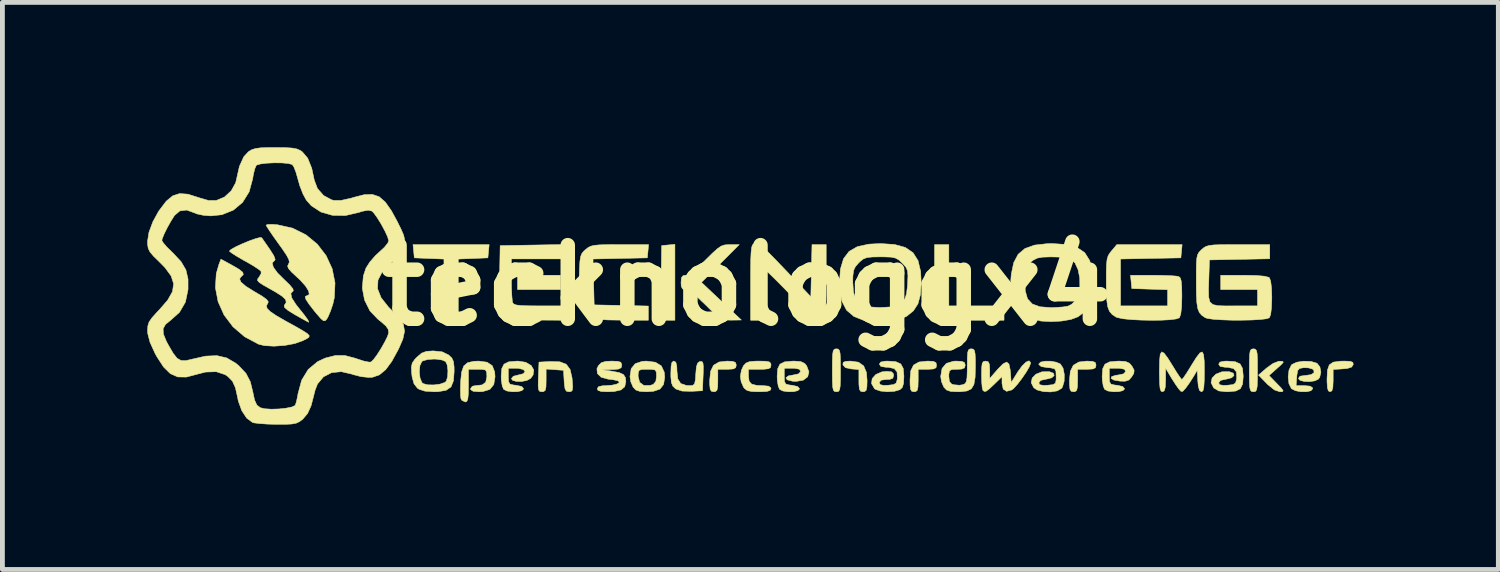
<source format=kicad_pcb>
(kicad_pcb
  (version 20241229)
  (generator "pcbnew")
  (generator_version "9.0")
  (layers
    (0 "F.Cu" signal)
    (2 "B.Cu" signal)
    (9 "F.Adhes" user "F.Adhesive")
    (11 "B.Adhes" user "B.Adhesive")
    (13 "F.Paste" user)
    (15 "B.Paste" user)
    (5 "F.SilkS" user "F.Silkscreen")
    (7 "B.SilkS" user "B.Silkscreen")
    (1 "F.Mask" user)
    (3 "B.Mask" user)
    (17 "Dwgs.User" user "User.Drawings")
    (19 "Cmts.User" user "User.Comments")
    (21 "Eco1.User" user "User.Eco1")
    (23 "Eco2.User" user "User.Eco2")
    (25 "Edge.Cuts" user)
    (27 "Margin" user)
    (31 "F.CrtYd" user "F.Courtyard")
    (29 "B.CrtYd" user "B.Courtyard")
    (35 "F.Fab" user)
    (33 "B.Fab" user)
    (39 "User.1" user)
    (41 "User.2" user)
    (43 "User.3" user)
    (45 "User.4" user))
  (footprint "tecknologgx4"
    (layer "F.Cu")
    (at 12.409 2.862)
    (property "Reference" "tecknologgx4" (at 0 0 0) (layer "F.SilkS") (effects (font (size 1.524 1.524) (thickness 0.3))))
    (attr through_hole)
    (fp_poly (pts (xy -3.852 0.085) (xy -4.741 0.085) (xy -4.741 -0.212) (xy -3.852 -0.212) (xy -3.852 0.085)) (stroke (width 0.01) (type solid)) (fill yes) (layer "F.SilkS"))
    (fp_poly (pts (xy -1.482 0.72) (xy -1.78 0.72) (xy -1.757 -0.826) (xy -1.619 -0.839) (xy -1.482 -0.852) (xy -1.482 0.72)) (stroke (width 0.01) (type solid)) (fill yes) (layer "F.SilkS"))
    (fp_poly (pts (xy -5.342 -0.709) (xy -5.355 -0.572) (xy -5.662 -0.559) (xy -5.969 -0.547) (xy -5.969 0.72) (xy -6.265 0.72) (xy -6.265 -0.547) (xy -6.572 -0.559) (xy -6.879 -0.572) (xy -6.892 -0.709) (xy -6.906 -0.847) (xy -5.329 -0.847) (xy -5.342 -0.709)) (stroke (width 0.01) (type solid)) (fill yes) (layer "F.SilkS"))
    (fp_poly (pts (xy 4.191 0.423) (xy 5.334 0.423) (xy 5.334 0.72) (xy 4.665 0.72) (xy 4.372 0.717) (xy 4.158 0.708) (xy 4.019 0.694) (xy 3.95 0.673) (xy 3.945 0.669) (xy 3.924 0.614) (xy 3.909 0.493) (xy 3.9 0.301) (xy 3.895 0.032) (xy 3.895 -0.114) (xy 3.895 -0.847) (xy 4.191 -0.847) (xy 4.191 0.423)) (stroke (width 0.01) (type solid)) (fill yes) (layer "F.SilkS"))
    (fp_poly (pts (xy 11.106 1.572) (xy 11.117 1.591) (xy 11.076 1.638) (xy 10.988 1.717) (xy 10.822 1.864) (xy 10.986 2.033) (xy 11.078 2.128) (xy 11.114 2.179) (xy 11.102 2.198) (xy 11.045 2.201) (xy 10.935 2.164) (xy 10.8 2.056) (xy 10.772 2.028) (xy 10.604 1.856) (xy 10.77 1.711) (xy 10.903 1.616) (xy 11.02 1.57) (xy 11.045 1.568) (xy 11.106 1.572)) (stroke (width 0.01) (type solid)) (fill yes) (layer "F.SilkS"))
    (fp_poly (pts (xy 2.32 1.589) (xy 2.427 1.665) (xy 2.484 1.8) (xy 2.498 1.968) (xy 2.494 2.103) (xy 2.478 2.173) (xy 2.443 2.199) (xy 2.413 2.201) (xy 2.364 2.191) (xy 2.338 2.147) (xy 2.329 2.049) (xy 2.328 1.971) (xy 2.328 1.741) (xy 2.17 1.728) (xy 2.049 1.702) (xy 1.999 1.646) (xy 1.997 1.64) (xy 2.003 1.592) (xy 2.058 1.571) (xy 2.156 1.566) (xy 2.32 1.589)) (stroke (width 0.01) (type solid)) (fill yes) (layer "F.SilkS"))
    (fp_poly (pts (xy 12.503 1.571) (xy 12.558 1.592) (xy 12.566 1.635) (xy 12.565 1.64) (xy 12.532 1.69) (xy 12.445 1.718) (xy 12.35 1.727) (xy 12.15 1.74) (xy 12.15 1.971) (xy 12.144 2.11) (xy 12.124 2.182) (xy 12.086 2.201) (xy 12.05 2.183) (xy 12.031 2.117) (xy 12.023 1.988) (xy 12.023 1.928) (xy 12.032 1.752) (xy 12.07 1.644) (xy 12.152 1.588) (xy 12.295 1.568) (xy 12.383 1.566) (xy 12.503 1.571)) (stroke (width 0.01) (type solid)) (fill yes) (layer "F.SilkS"))
    (fp_poly (pts (xy -0.283 1.572) (xy -0.227 1.595) (xy -0.212 1.645) (xy -0.212 1.651) (xy -0.224 1.704) (xy -0.276 1.729) (xy -0.388 1.736) (xy -0.402 1.736) (xy -0.593 1.736) (xy -0.593 1.968) (xy -0.596 2.103) (xy -0.612 2.173) (xy -0.648 2.199) (xy -0.677 2.201) (xy -0.726 2.191) (xy -0.752 2.148) (xy -0.761 2.05) (xy -0.762 1.968) (xy -0.743 1.777) (xy -0.682 1.652) (xy -0.568 1.585) (xy -0.402 1.566) (xy -0.283 1.572)) (stroke (width 0.01) (type solid)) (fill yes) (layer "F.SilkS"))
    (fp_poly (pts (xy 3.871 1.572) (xy 3.924 1.598) (xy 3.937 1.651) (xy 3.925 1.704) (xy 3.873 1.729) (xy 3.76 1.736) (xy 3.747 1.736) (xy 3.556 1.736) (xy 3.556 1.968) (xy 3.552 2.103) (xy 3.536 2.173) (xy 3.501 2.199) (xy 3.471 2.201) (xy 3.424 2.192) (xy 3.398 2.151) (xy 3.388 2.059) (xy 3.387 1.95) (xy 3.403 1.765) (xy 3.461 1.647) (xy 3.572 1.585) (xy 3.747 1.566) (xy 3.756 1.566) (xy 3.871 1.572)) (stroke (width 0.01) (type solid)) (fill yes) (layer "F.SilkS"))
    (fp_poly (pts (xy 7.168 1.572) (xy 7.224 1.595) (xy 7.239 1.645) (xy 7.239 1.651) (xy 7.227 1.704) (xy 7.175 1.729) (xy 7.062 1.736) (xy 7.048 1.736) (xy 6.858 1.736) (xy 6.858 1.968) (xy 6.854 2.103) (xy 6.838 2.173) (xy 6.803 2.199) (xy 6.773 2.201) (xy 6.724 2.191) (xy 6.699 2.148) (xy 6.69 2.05) (xy 6.689 1.968) (xy 6.707 1.777) (xy 6.769 1.652) (xy 6.883 1.585) (xy 7.048 1.566) (xy 7.168 1.572)) (stroke (width 0.01) (type solid)) (fill yes) (layer "F.SilkS"))
    (fp_poly (pts (xy 1.9 1.318) (xy 1.925 1.345) (xy 1.939 1.407) (xy 1.946 1.521) (xy 1.947 1.701) (xy 1.947 1.757) (xy 1.946 1.955) (xy 1.941 2.084) (xy 1.929 2.158) (xy 1.908 2.192) (xy 1.873 2.201) (xy 1.863 2.201) (xy 1.825 2.196) (xy 1.8 2.169) (xy 1.786 2.106) (xy 1.78 1.992) (xy 1.778 1.813) (xy 1.778 1.757) (xy 1.779 1.559) (xy 1.784 1.43) (xy 1.796 1.356) (xy 1.818 1.322) (xy 1.852 1.313) (xy 1.863 1.312) (xy 1.9 1.318)) (stroke (width 0.01) (type solid)) (fill yes) (layer "F.SilkS"))
    (fp_poly (pts (xy 10.536 1.318) (xy 10.561 1.345) (xy 10.575 1.407) (xy 10.582 1.521) (xy 10.583 1.701) (xy 10.583 1.757) (xy 10.582 1.955) (xy 10.577 2.084) (xy 10.565 2.158) (xy 10.544 2.192) (xy 10.509 2.201) (xy 10.499 2.201) (xy 10.461 2.196) (xy 10.436 2.169) (xy 10.422 2.106) (xy 10.416 1.992) (xy 10.414 1.813) (xy 10.414 1.757) (xy 10.415 1.559) (xy 10.42 1.43) (xy 10.432 1.356) (xy 10.454 1.322) (xy 10.488 1.313) (xy 10.499 1.312) (xy 10.536 1.318)) (stroke (width 0.01) (type solid)) (fill yes) (layer "F.SilkS"))
    (fp_poly (pts (xy -3.864 1.581) (xy -3.732 1.632) (xy -3.653 1.738) (xy -3.613 1.91) (xy -3.608 1.961) (xy -3.599 2.097) (xy -3.606 2.169) (xy -3.634 2.197) (xy -3.676 2.201) (xy -3.728 2.19) (xy -3.757 2.143) (xy -3.772 2.04) (xy -3.776 1.979) (xy -3.789 1.757) (xy -3.969 1.744) (xy -4.149 1.731) (xy -4.149 1.966) (xy -4.152 2.101) (xy -4.168 2.172) (xy -4.202 2.198) (xy -4.235 2.201) (xy -4.28 2.195) (xy -4.304 2.163) (xy -4.313 2.089) (xy -4.312 1.954) (xy -4.309 1.894) (xy -4.297 1.587) (xy -4.06 1.575) (xy -3.864 1.581)) (stroke (width 0.01) (type solid)) (fill yes) (layer "F.SilkS"))
    (fp_poly (pts (xy -3.725 -0.55) (xy -4.868 -0.55) (xy -4.868 -0.13) (xy -4.866 0.056) (xy -4.859 0.215) (xy -4.849 0.324) (xy -4.843 0.356) (xy -4.82 0.384) (xy -4.767 0.404) (xy -4.672 0.415) (xy -4.52 0.421) (xy -4.299 0.423) (xy -4.271 0.423) (xy -3.725 0.423) (xy -3.725 0.72) (xy -4.265 0.717) (xy -4.477 0.713) (xy -4.665 0.705) (xy -4.808 0.694) (xy -4.887 0.681) (xy -4.889 0.68) (xy -4.975 0.639) (xy -5.036 0.588) (xy -5.078 0.515) (xy -5.102 0.405) (xy -5.114 0.245) (xy -5.116 0.024) (xy -5.113 -0.174) (xy -5.101 -0.826) (xy -4.413 -0.837) (xy -3.725 -0.849) (xy -3.725 -0.55)) (stroke (width 0.01) (type solid)) (fill yes) (layer "F.SilkS"))
    (fp_poly (pts (xy -0.54 -0.455) (xy -0.932 -0.064) (xy -0.519 0.326) (xy -0.106 0.715) (xy -0.319 0.718) (xy -0.415 0.716) (xy -0.491 0.703) (xy -0.562 0.667) (xy -0.648 0.597) (xy -0.766 0.483) (xy -0.847 0.402) (xy -1.029 0.229) (xy -1.165 0.123) (xy -1.255 0.085) (xy -1.258 0.085) (xy -1.324 0.072) (xy -1.351 0.016) (xy -1.355 -0.064) (xy -1.346 -0.164) (xy -1.31 -0.205) (xy -1.258 -0.212) (xy -1.172 -0.246) (xy -1.038 -0.348) (xy -0.859 -0.517) (xy -0.847 -0.529) (xy -0.703 -0.671) (xy -0.601 -0.763) (xy -0.523 -0.816) (xy -0.452 -0.84) (xy -0.369 -0.846) (xy -0.34 -0.847) (xy -0.149 -0.847) (xy -0.54 -0.455)) (stroke (width 0.01) (type solid)) (fill yes) (layer "F.SilkS"))
    (fp_poly (pts (xy -2.04 -0.709) (xy -2.053 -0.572) (xy -2.615 -0.56) (xy -3.178 -0.548) (xy -3.166 -0.073) (xy -3.154 0.402) (xy -2.032 0.426) (xy -2.032 0.72) (xy -2.593 0.718) (xy -2.864 0.714) (xy -3.06 0.702) (xy -3.193 0.681) (xy -3.264 0.656) (xy -3.35 0.593) (xy -3.41 0.503) (xy -3.447 0.373) (xy -3.465 0.189) (xy -3.467 -0.061) (xy -3.464 -0.149) (xy -3.458 -0.36) (xy -3.449 -0.505) (xy -3.434 -0.6) (xy -3.409 -0.662) (xy -3.371 -0.709) (xy -3.331 -0.745) (xy -3.28 -0.785) (xy -3.225 -0.813) (xy -3.152 -0.831) (xy -3.043 -0.841) (xy -2.884 -0.846) (xy -2.659 -0.847) (xy -2.62 -0.847) (xy -2.027 -0.847) (xy -2.04 -0.709)) (stroke (width 0.01) (type solid)) (fill yes) (layer "F.SilkS"))
    (fp_poly (pts (xy -1.463 1.589) (xy -1.443 1.668) (xy -1.439 1.777) (xy -1.422 1.936) (xy -1.362 2.03) (xy -1.247 2.07) (xy -1.169 2.074) (xy -1.109 2.068) (xy -1.075 2.035) (xy -1.058 1.956) (xy -1.05 1.831) (xy -1.037 1.687) (xy -1.013 1.609) (xy -0.971 1.576) (xy -0.961 1.574) (xy -0.922 1.575) (xy -0.901 1.606) (xy -0.893 1.686) (xy -0.896 1.829) (xy -0.898 1.87) (xy -0.91 2.18) (xy -1.143 2.192) (xy -1.333 2.187) (xy -1.459 2.145) (xy -1.471 2.137) (xy -1.526 2.084) (xy -1.555 2.01) (xy -1.566 1.888) (xy -1.566 1.818) (xy -1.561 1.671) (xy -1.544 1.593) (xy -1.51 1.567) (xy -1.503 1.566) (xy -1.463 1.589)) (stroke (width 0.01) (type solid)) (fill yes) (layer "F.SilkS"))
    (fp_poly (pts (xy 0.397 1.569) (xy 0.473 1.583) (xy 0.504 1.614) (xy 0.508 1.651) (xy 0.498 1.7) (xy 0.454 1.725) (xy 0.357 1.735) (xy 0.275 1.736) (xy 0.042 1.736) (xy 0.042 1.879) (xy 0.055 1.983) (xy 0.106 2.042) (xy 0.21 2.069) (xy 0.342 2.074) (xy 0.459 2.085) (xy 0.506 2.121) (xy 0.508 2.138) (xy 0.488 2.175) (xy 0.419 2.195) (xy 0.283 2.201) (xy 0.256 2.201) (xy 0.107 2.196) (xy 0.016 2.176) (xy -0.042 2.132) (xy -0.061 2.107) (xy -0.11 1.994) (xy -0.127 1.884) (xy -0.105 1.756) (xy -0.061 1.66) (xy -0.009 1.606) (xy 0.065 1.577) (xy 0.189 1.567) (xy 0.256 1.566) (xy 0.397 1.569)) (stroke (width 0.01) (type solid)) (fill yes) (layer "F.SilkS"))
    (fp_poly (pts (xy -1.885 1.59) (xy -1.763 1.665) (xy -1.703 1.794) (xy -1.693 1.898) (xy -1.716 2.049) (xy -1.791 2.145) (xy -1.928 2.192) (xy -2.065 2.201) (xy -2.205 2.194) (xy -2.291 2.165) (xy -2.347 2.107) (xy -2.396 1.994) (xy -2.413 1.884) (xy -2.412 1.88) (xy -2.244 1.88) (xy -2.213 2.005) (xy -2.127 2.069) (xy -1.995 2.069) (xy -1.93 2.049) (xy -1.877 1.985) (xy -1.863 1.879) (xy -1.867 1.791) (xy -1.895 1.749) (xy -1.971 1.737) (xy -2.053 1.736) (xy -2.17 1.739) (xy -2.226 1.76) (xy -2.242 1.817) (xy -2.244 1.88) (xy -2.412 1.88) (xy -2.387 1.721) (xy -2.303 1.619) (xy -2.158 1.571) (xy -2.072 1.566) (xy -1.885 1.59)) (stroke (width 0.01) (type solid)) (fill yes) (layer "F.SilkS"))
    (fp_poly (pts (xy -5.372 1.589) (xy -5.264 1.661) (xy -5.214 1.792) (xy -5.207 1.891) (xy -5.233 2.052) (xy -5.315 2.152) (xy -5.46 2.197) (xy -5.538 2.201) (xy -5.659 2.192) (xy -5.71 2.159) (xy -5.715 2.138) (xy -5.678 2.087) (xy -5.613 2.074) (xy -5.474 2.059) (xy -5.401 2.004) (xy -5.377 1.898) (xy -5.376 1.879) (xy -5.381 1.791) (xy -5.409 1.749) (xy -5.484 1.737) (xy -5.567 1.736) (xy -5.757 1.736) (xy -5.757 2.074) (xy -5.76 2.247) (xy -5.771 2.351) (xy -5.792 2.401) (xy -5.822 2.413) (xy -5.893 2.379) (xy -5.912 2.349) (xy -5.922 2.276) (xy -5.924 2.147) (xy -5.919 1.989) (xy -5.919 1.984) (xy -5.899 1.791) (xy -5.855 1.667) (xy -5.774 1.598) (xy -5.645 1.57) (xy -5.544 1.566) (xy -5.372 1.589)) (stroke (width 0.01) (type solid)) (fill yes) (layer "F.SilkS"))
    (fp_poly (pts (xy -4.571 1.591) (xy -4.459 1.657) (xy -4.405 1.749) (xy -4.419 1.854) (xy -4.469 1.923) (xy -4.548 1.967) (xy -4.656 1.988) (xy -4.765 1.987) (xy -4.845 1.964) (xy -4.868 1.929) (xy -4.829 1.88) (xy -4.731 1.855) (xy -4.621 1.827) (xy -4.586 1.783) (xy -4.621 1.741) (xy -4.723 1.716) (xy -4.763 1.714) (xy -4.932 1.714) (xy -4.932 1.884) (xy -4.927 1.993) (xy -4.897 2.043) (xy -4.819 2.062) (xy -4.773 2.066) (xy -4.655 2.092) (xy -4.614 2.14) (xy -4.614 2.14) (xy -4.651 2.178) (xy -4.741 2.199) (xy -4.854 2.201) (xy -4.961 2.185) (xy -5.029 2.151) (xy -5.058 2.081) (xy -5.077 1.961) (xy -5.08 1.877) (xy -5.068 1.723) (xy -5.021 1.629) (xy -4.923 1.581) (xy -4.761 1.567) (xy -4.73 1.566) (xy -4.571 1.591)) (stroke (width 0.01) (type solid)) (fill yes) (layer "F.SilkS"))
    (fp_poly (pts (xy -2.666 1.571) (xy -2.603 1.59) (xy -2.583 1.633) (xy -2.582 1.651) (xy -2.595 1.703) (xy -2.646 1.73) (xy -2.758 1.741) (xy -2.783 1.741) (xy -2.985 1.747) (xy -2.794 1.774) (xy -2.636 1.804) (xy -2.546 1.845) (xy -2.505 1.911) (xy -2.498 1.991) (xy -2.521 2.097) (xy -2.599 2.163) (xy -2.741 2.196) (xy -2.876 2.201) (xy -3.01 2.195) (xy -3.076 2.172) (xy -3.09 2.138) (xy -3.064 2.095) (xy -2.975 2.076) (xy -2.91 2.074) (xy -2.78 2.064) (xy -2.683 2.041) (xy -2.634 2.011) (xy -2.65 1.98) (xy -2.668 1.972) (xy -2.752 1.954) (xy -2.87 1.939) (xy -2.874 1.938) (xy -3.01 1.9) (xy -3.088 1.824) (xy -3.097 1.724) (xy -3.066 1.66) (xy -3.006 1.6) (xy -2.914 1.572) (xy -2.792 1.566) (xy -2.666 1.571)) (stroke (width 0.01) (type solid)) (fill yes) (layer "F.SilkS"))
    (fp_poly (pts (xy 1.124 1.576) (xy 1.205 1.614) (xy 1.246 1.663) (xy 1.294 1.789) (xy 1.268 1.891) (xy 1.176 1.961) (xy 1.028 1.987) (xy 0.95 1.982) (xy 0.844 1.954) (xy 0.817 1.912) (xy 0.867 1.873) (xy 0.96 1.855) (xy 1.08 1.83) (xy 1.122 1.781) (xy 1.122 1.778) (xy 1.094 1.734) (xy 1.001 1.716) (xy 0.953 1.714) (xy 0.783 1.714) (xy 0.783 1.884) (xy 0.788 1.993) (xy 0.818 2.043) (xy 0.896 2.062) (xy 0.942 2.066) (xy 1.06 2.092) (xy 1.101 2.14) (xy 1.101 2.14) (xy 1.064 2.178) (xy 0.974 2.199) (xy 0.861 2.201) (xy 0.754 2.185) (xy 0.686 2.151) (xy 0.657 2.081) (xy 0.638 1.961) (xy 0.635 1.877) (xy 0.647 1.724) (xy 0.693 1.63) (xy 0.789 1.582) (xy 0.95 1.567) (xy 0.991 1.566) (xy 1.124 1.576)) (stroke (width 0.01) (type solid)) (fill yes) (layer "F.SilkS"))
    (fp_poly (pts (xy -10.649 -0.417) (xy -10.504 -0.332) (xy -10.43 -0.271) (xy -10.421 -0.223) (xy -10.456 -0.191) (xy -10.497 -0.138) (xy -10.47 -0.071) (xy -10.369 0.016) (xy -10.193 0.126) (xy -10.182 0.132) (xy -10.026 0.225) (xy -9.936 0.291) (xy -9.903 0.337) (xy -9.912 0.367) (xy -9.941 0.42) (xy -9.928 0.475) (xy -9.865 0.538) (xy -9.744 0.621) (xy -9.556 0.73) (xy -9.541 0.738) (xy -9.327 0.856) (xy -9.18 0.941) (xy -9.091 0.999) (xy -9.054 1.04) (xy -9.062 1.072) (xy -9.106 1.102) (xy -9.181 1.14) (xy -9.187 1.143) (xy -9.355 1.203) (xy -9.565 1.242) (xy -9.784 1.257) (xy -9.981 1.246) (xy -10.102 1.217) (xy -10.393 1.062) (xy -10.634 0.856) (xy -10.819 0.611) (xy -10.942 0.337) (xy -10.998 0.047) (xy -10.98 -0.247) (xy -10.927 -0.431) (xy -10.884 -0.545) (xy -10.649 -0.417)) (stroke (width 0.01) (type solid)) (fill yes) (layer "F.SilkS"))
    (fp_poly (pts (xy -9.711 -1.257) (xy -9.399 -1.187) (xy -9.122 -1.049) (xy -8.888 -0.856) (xy -8.705 -0.618) (xy -8.58 -0.347) (xy -8.521 -0.053) (xy -8.535 0.252) (xy -8.565 0.384) (xy -8.613 0.527) (xy -8.664 0.646) (xy -8.691 0.694) (xy -8.724 0.73) (xy -8.76 0.731) (xy -8.813 0.687) (xy -8.898 0.59) (xy -8.947 0.531) (xy -9.064 0.38) (xy -9.127 0.282) (xy -9.139 0.228) (xy -9.104 0.212) (xy -9.102 0.212) (xy -9.055 0.186) (xy -9.067 0.116) (xy -9.129 0.015) (xy -9.236 -0.106) (xy -9.299 -0.164) (xy -9.42 -0.277) (xy -9.485 -0.351) (xy -9.503 -0.402) (xy -9.484 -0.443) (xy -9.467 -0.482) (xy -9.478 -0.539) (xy -9.524 -0.626) (xy -9.612 -0.757) (xy -9.689 -0.864) (xy -9.797 -1.015) (xy -9.882 -1.14) (xy -9.936 -1.225) (xy -9.948 -1.251) (xy -9.91 -1.264) (xy -9.812 -1.265) (xy -9.711 -1.257)) (stroke (width 0.01) (type solid)) (fill yes) (layer "F.SilkS"))
    (fp_poly (pts (xy 5.883 1.593) (xy 5.884 1.612) (xy 5.859 1.681) (xy 5.796 1.79) (xy 5.71 1.917) (xy 5.618 2.038) (xy 5.537 2.129) (xy 5.495 2.163) (xy 5.387 2.192) (xy 5.317 2.146) (xy 5.292 2.03) (xy 5.292 2.025) (xy 5.292 1.888) (xy 5.131 2.045) (xy 5.028 2.142) (xy 4.965 2.189) (xy 4.926 2.195) (xy 4.897 2.173) (xy 4.882 2.119) (xy 4.872 2.006) (xy 4.868 1.856) (xy 4.868 1.856) (xy 4.871 1.702) (xy 4.881 1.615) (xy 4.906 1.576) (xy 4.949 1.566) (xy 4.953 1.566) (xy 5.007 1.58) (xy 5.032 1.634) (xy 5.038 1.746) (xy 5.038 1.926) (xy 5.203 1.736) (xy 5.314 1.623) (xy 5.389 1.586) (xy 5.436 1.627) (xy 5.462 1.748) (xy 5.469 1.82) (xy 5.482 2.011) (xy 5.619 1.789) (xy 5.708 1.666) (xy 5.789 1.587) (xy 5.852 1.56) (xy 5.883 1.593)) (stroke (width 0.01) (type solid)) (fill yes) (layer "F.SilkS"))
    (fp_poly (pts (xy 6.299 1.568) (xy 6.416 1.589) (xy 6.501 1.626) (xy 6.556 1.711) (xy 6.582 1.842) (xy 6.579 1.984) (xy 6.544 2.103) (xy 6.525 2.131) (xy 6.435 2.183) (xy 6.299 2.205) (xy 6.149 2.198) (xy 6.017 2.163) (xy 5.948 2.116) (xy 5.897 2.014) (xy 5.917 1.916) (xy 5.995 1.837) (xy 6.118 1.788) (xy 6.272 1.785) (xy 6.357 1.817) (xy 6.372 1.865) (xy 6.323 1.911) (xy 6.217 1.939) (xy 6.212 1.939) (xy 6.094 1.965) (xy 6.054 2.015) (xy 6.054 2.016) (xy 6.075 2.056) (xy 6.151 2.069) (xy 6.234 2.066) (xy 6.346 2.054) (xy 6.398 2.024) (xy 6.413 1.952) (xy 6.413 1.884) (xy 6.409 1.777) (xy 6.382 1.727) (xy 6.306 1.707) (xy 6.234 1.701) (xy 6.105 1.68) (xy 6.055 1.637) (xy 6.054 1.627) (xy 6.09 1.588) (xy 6.181 1.568) (xy 6.299 1.568)) (stroke (width 0.01) (type solid)) (fill yes) (layer "F.SilkS"))
    (fp_poly (pts (xy 7.853 1.575) (xy 7.933 1.611) (xy 7.984 1.672) (xy 8.028 1.754) (xy 8.022 1.819) (xy 7.982 1.886) (xy 7.921 1.957) (xy 7.842 1.983) (xy 7.737 1.981) (xy 7.61 1.959) (xy 7.551 1.924) (xy 7.563 1.887) (xy 7.651 1.859) (xy 7.691 1.855) (xy 7.811 1.83) (xy 7.853 1.781) (xy 7.853 1.778) (xy 7.825 1.734) (xy 7.732 1.716) (xy 7.684 1.714) (xy 7.514 1.714) (xy 7.514 1.884) (xy 7.519 1.993) (xy 7.549 2.043) (xy 7.627 2.062) (xy 7.673 2.066) (xy 7.791 2.092) (xy 7.832 2.14) (xy 7.832 2.14) (xy 7.795 2.178) (xy 7.705 2.199) (xy 7.592 2.201) (xy 7.485 2.185) (xy 7.417 2.151) (xy 7.388 2.081) (xy 7.369 1.961) (xy 7.366 1.877) (xy 7.378 1.724) (xy 7.424 1.63) (xy 7.52 1.582) (xy 7.681 1.567) (xy 7.722 1.566) (xy 7.853 1.575)) (stroke (width 0.01) (type solid)) (fill yes) (layer "F.SilkS"))
    (fp_poly (pts (xy 10.12 1.578) (xy 10.222 1.624) (xy 10.273 1.717) (xy 10.287 1.873) (xy 10.287 1.884) (xy 10.275 2.041) (xy 10.229 2.137) (xy 10.134 2.186) (xy 9.974 2.201) (xy 9.937 2.201) (xy 9.782 2.184) (xy 9.681 2.125) (xy 9.673 2.116) (xy 9.622 2.014) (xy 9.643 1.916) (xy 9.721 1.837) (xy 9.844 1.788) (xy 9.997 1.785) (xy 10.083 1.817) (xy 10.097 1.865) (xy 10.048 1.911) (xy 9.942 1.939) (xy 9.938 1.939) (xy 9.819 1.965) (xy 9.779 2.015) (xy 9.779 2.016) (xy 9.8 2.056) (xy 9.876 2.069) (xy 9.959 2.066) (xy 10.073 2.053) (xy 10.127 2.021) (xy 10.148 1.95) (xy 10.153 1.909) (xy 10.146 1.789) (xy 10.088 1.721) (xy 9.966 1.695) (xy 9.917 1.694) (xy 9.811 1.677) (xy 9.779 1.63) (xy 9.807 1.586) (xy 9.898 1.568) (xy 9.951 1.566) (xy 10.12 1.578)) (stroke (width 0.01) (type solid)) (fill yes) (layer "F.SilkS"))
    (fp_poly (pts (xy 11.693 1.574) (xy 11.814 1.61) (xy 11.875 1.685) (xy 11.896 1.796) (xy 11.871 1.903) (xy 11.845 1.939) (xy 11.771 1.975) (xy 11.663 1.991) (xy 11.55 1.987) (xy 11.463 1.964) (xy 11.43 1.926) (xy 11.463 1.879) (xy 11.567 1.863) (xy 11.576 1.863) (xy 11.69 1.847) (xy 11.753 1.808) (xy 11.75 1.756) (xy 11.721 1.73) (xy 11.638 1.706) (xy 11.536 1.703) (xy 11.455 1.718) (xy 11.416 1.761) (xy 11.399 1.856) (xy 11.396 1.894) (xy 11.383 2.074) (xy 11.555 2.074) (xy 11.673 2.085) (xy 11.723 2.118) (xy 11.726 2.138) (xy 11.69 2.18) (xy 11.6 2.201) (xy 11.484 2.201) (xy 11.371 2.18) (xy 11.289 2.139) (xy 11.285 2.135) (xy 11.234 2.034) (xy 11.218 1.894) (xy 11.235 1.753) (xy 11.285 1.647) (xy 11.296 1.636) (xy 11.396 1.589) (xy 11.541 1.568) (xy 11.693 1.574)) (stroke (width 0.01) (type solid)) (fill yes) (layer "F.SilkS"))
    (fp_poly (pts (xy 3.093 1.578) (xy 3.195 1.624) (xy 3.246 1.717) (xy 3.26 1.873) (xy 3.26 1.884) (xy 3.253 2.027) (xy 3.229 2.11) (xy 3.18 2.156) (xy 3.178 2.158) (xy 3.062 2.192) (xy 2.915 2.201) (xy 2.771 2.186) (xy 2.666 2.149) (xy 2.649 2.135) (xy 2.59 2.031) (xy 2.603 1.929) (xy 2.678 1.844) (xy 2.804 1.789) (xy 2.909 1.778) (xy 3.007 1.789) (xy 3.045 1.831) (xy 3.048 1.863) (xy 3.031 1.921) (xy 2.967 1.945) (xy 2.9 1.947) (xy 2.792 1.96) (xy 2.752 2.003) (xy 2.752 2.013) (xy 2.771 2.055) (xy 2.842 2.069) (xy 2.932 2.066) (xy 3.045 2.053) (xy 3.1 2.021) (xy 3.121 1.95) (xy 3.125 1.909) (xy 3.118 1.789) (xy 3.06 1.721) (xy 2.939 1.695) (xy 2.889 1.694) (xy 2.784 1.677) (xy 2.752 1.63) (xy 2.779 1.586) (xy 2.871 1.568) (xy 2.924 1.566) (xy 3.093 1.578)) (stroke (width 0.01) (type solid)) (fill yes) (layer "F.SilkS"))
    (fp_poly (pts (xy 0.229 -0.868) (xy 0.281 -0.84) (xy 0.353 -0.782) (xy 0.454 -0.685) (xy 0.593 -0.544) (xy 0.779 -0.35) (xy 0.826 -0.301) (xy 1.333 0.233) (xy 1.357 -0.847) (xy 1.651 -0.847) (xy 1.651 -0.109) (xy 1.65 0.167) (xy 1.646 0.37) (xy 1.638 0.513) (xy 1.625 0.607) (xy 1.606 0.666) (xy 1.584 0.695) (xy 1.52 0.749) (xy 1.489 0.763) (xy 1.452 0.734) (xy 1.366 0.654) (xy 1.242 0.531) (xy 1.089 0.377) (xy 0.929 0.213) (xy 0.758 0.036) (xy 0.606 -0.117) (xy 0.484 -0.236) (xy 0.401 -0.314) (xy 0.368 -0.339) (xy 0.357 -0.299) (xy 0.348 -0.191) (xy 0.341 -0.03) (xy 0.339 0.168) (xy 0.339 0.191) (xy 0.339 0.72) (xy 0.085 0.72) (xy 0.085 -0.059) (xy 0.086 -0.34) (xy 0.089 -0.548) (xy 0.096 -0.692) (xy 0.107 -0.786) (xy 0.123 -0.838) (xy 0.146 -0.861) (xy 0.148 -0.862) (xy 0.187 -0.873) (xy 0.229 -0.868)) (stroke (width 0.01) (type solid)) (fill yes) (layer "F.SilkS"))
    (fp_poly (pts (xy 4.697 1.319) (xy 4.722 1.349) (xy 4.735 1.419) (xy 4.741 1.546) (xy 4.741 1.687) (xy 4.735 1.904) (xy 4.71 2.051) (xy 4.657 2.14) (xy 4.565 2.185) (xy 4.425 2.201) (xy 4.37 2.201) (xy 4.229 2.194) (xy 4.144 2.165) (xy 4.088 2.107) (xy 4.039 1.994) (xy 4.022 1.884) (xy 4.05 1.719) (xy 4.138 1.614) (xy 4.286 1.569) (xy 4.342 1.566) (xy 4.46 1.572) (xy 4.515 1.596) (xy 4.53 1.647) (xy 4.53 1.651) (xy 4.515 1.706) (xy 4.458 1.731) (xy 4.36 1.736) (xy 4.252 1.74) (xy 4.204 1.768) (xy 4.191 1.84) (xy 4.191 1.883) (xy 4.202 1.989) (xy 4.248 2.04) (xy 4.294 2.056) (xy 4.411 2.066) (xy 4.484 2.054) (xy 4.527 2.033) (xy 4.553 1.99) (xy 4.567 1.909) (xy 4.572 1.77) (xy 4.572 1.669) (xy 4.574 1.495) (xy 4.581 1.389) (xy 4.598 1.334) (xy 4.629 1.314) (xy 4.657 1.312) (xy 4.697 1.319)) (stroke (width 0.01) (type solid)) (fill yes) (layer "F.SilkS"))
    (fp_poly (pts (xy -6.303 1.374) (xy -6.17 1.438) (xy -6.165 1.442) (xy -6.101 1.503) (xy -6.068 1.576) (xy -6.055 1.688) (xy -6.054 1.781) (xy -6.068 1.975) (xy -6.119 2.101) (xy -6.221 2.171) (xy -6.385 2.199) (xy -6.472 2.201) (xy -6.656 2.189) (xy -6.779 2.15) (xy -6.816 2.125) (xy -6.885 2.036) (xy -6.924 1.897) (xy -6.932 1.83) (xy -6.935 1.784) (xy -6.775 1.784) (xy -6.761 1.912) (xy -6.723 2.008) (xy -6.699 2.031) (xy -6.606 2.057) (xy -6.478 2.06) (xy -6.347 2.043) (xy -6.248 2.009) (xy -6.218 1.984) (xy -6.189 1.889) (xy -6.183 1.762) (xy -6.199 1.642) (xy -6.231 1.575) (xy -6.302 1.544) (xy -6.421 1.526) (xy -6.477 1.524) (xy -6.605 1.534) (xy -6.701 1.561) (xy -6.723 1.575) (xy -6.763 1.66) (xy -6.775 1.784) (xy -6.935 1.784) (xy -6.94 1.695) (xy -6.922 1.607) (xy -6.868 1.529) (xy -6.824 1.484) (xy -6.727 1.401) (xy -6.627 1.364) (xy -6.486 1.355) (xy -6.303 1.374)) (stroke (width 0.01) (type solid)) (fill yes) (layer "F.SilkS"))
    (fp_poly (pts (xy 9.009 -0.709) (xy 8.996 -0.572) (xy 8.371 -0.56) (xy 7.747 -0.548) (xy 7.747 0.423) (xy 8.721 0.423) (xy 8.721 0.088) (xy 8.35 0.076) (xy 7.98 0.064) (xy 7.967 -0.074) (xy 7.953 -0.212) (xy 8.418 -0.212) (xy 8.614 -0.209) (xy 8.782 -0.203) (xy 8.902 -0.194) (xy 8.95 -0.186) (xy 8.983 -0.158) (xy 9.003 -0.094) (xy 9.014 0.022) (xy 9.017 0.205) (xy 9.017 0.229) (xy 9.011 0.443) (xy 8.994 0.592) (xy 8.967 0.668) (xy 8.966 0.669) (xy 8.899 0.693) (xy 8.768 0.71) (xy 8.59 0.719) (xy 8.385 0.721) (xy 8.174 0.717) (xy 7.974 0.707) (xy 7.804 0.69) (xy 7.686 0.666) (xy 7.653 0.654) (xy 7.573 0.601) (xy 7.517 0.535) (xy 7.481 0.44) (xy 7.461 0.301) (xy 7.452 0.103) (xy 7.451 -0.079) (xy 7.452 -0.295) (xy 7.457 -0.445) (xy 7.469 -0.546) (xy 7.491 -0.617) (xy 7.527 -0.675) (xy 7.56 -0.716) (xy 7.67 -0.847) (xy 9.022 -0.847) (xy 9.009 -0.709)) (stroke (width 0.01) (type solid)) (fill yes) (layer "F.SilkS"))
    (fp_poly (pts (xy 8.648 1.401) (xy 8.725 1.503) (xy 8.826 1.665) (xy 8.908 1.798) (xy 8.975 1.898) (xy 9.013 1.945) (xy 9.017 1.947) (xy 9.048 1.914) (xy 9.109 1.825) (xy 9.189 1.697) (xy 9.208 1.665) (xy 9.315 1.494) (xy 9.39 1.397) (xy 9.439 1.376) (xy 9.467 1.434) (xy 9.48 1.571) (xy 9.483 1.774) (xy 9.48 1.974) (xy 9.472 2.103) (xy 9.457 2.173) (xy 9.431 2.2) (xy 9.421 2.201) (xy 9.381 2.173) (xy 9.356 2.078) (xy 9.347 1.979) (xy 9.335 1.757) (xy 9.25 1.899) (xy 9.173 2.019) (xy 9.097 2.124) (xy 9.09 2.132) (xy 9.034 2.194) (xy 8.996 2.191) (xy 8.949 2.138) (xy 8.886 2.049) (xy 8.808 1.927) (xy 8.782 1.884) (xy 8.681 1.714) (xy 8.68 1.958) (xy 8.674 2.102) (xy 8.654 2.178) (xy 8.618 2.201) (xy 8.615 2.201) (xy 8.585 2.187) (xy 8.566 2.136) (xy 8.556 2.034) (xy 8.552 1.867) (xy 8.551 1.774) (xy 8.555 1.56) (xy 8.568 1.427) (xy 8.598 1.375) (xy 8.648 1.401)) (stroke (width 0.01) (type solid)) (fill yes) (layer "F.SilkS"))
    (fp_poly (pts (xy -10.04 -0.99) (xy -10.002 -0.935) (xy -9.932 -0.835) (xy -9.867 -0.741) (xy -9.788 -0.615) (xy -9.76 -0.538) (xy -9.771 -0.518) (xy -9.821 -0.468) (xy -9.799 -0.38) (xy -9.711 -0.259) (xy -9.578 -0.127) (xy -9.459 -0.012) (xy -9.392 0.071) (xy -9.385 0.112) (xy -9.387 0.113) (xy -9.436 0.164) (xy -9.418 0.256) (xy -9.332 0.391) (xy -9.278 0.46) (xy -9.157 0.611) (xy -9.084 0.712) (xy -9.063 0.758) (xy -9.067 0.761) (xy -9.108 0.74) (xy -9.202 0.689) (xy -9.331 0.616) (xy -9.348 0.607) (xy -9.494 0.517) (xy -9.567 0.454) (xy -9.573 0.412) (xy -9.57 0.409) (xy -9.532 0.351) (xy -9.544 0.293) (xy -9.615 0.224) (xy -9.752 0.136) (xy -9.845 0.083) (xy -9.998 -0.003) (xy -10.088 -0.061) (xy -10.125 -0.101) (xy -10.122 -0.137) (xy -10.095 -0.171) (xy -10.051 -0.246) (xy -10.053 -0.294) (xy -10.101 -0.334) (xy -10.204 -0.402) (xy -10.344 -0.484) (xy -10.396 -0.512) (xy -10.538 -0.594) (xy -10.647 -0.662) (xy -10.704 -0.705) (xy -10.709 -0.713) (xy -10.672 -0.748) (xy -10.578 -0.8) (xy -10.45 -0.86) (xy -10.31 -0.918) (xy -10.18 -0.965) (xy -10.083 -0.992) (xy -10.04 -0.99)) (stroke (width 0.01) (type solid)) (fill yes) (layer "F.SilkS"))
    (fp_poly (pts (xy 10.837 -0.553) (xy 10.213 -0.541) (xy 9.588 -0.529) (xy 9.576 -0.148) (xy 9.569 0.082) (xy 9.572 0.24) (xy 9.598 0.34) (xy 9.658 0.395) (xy 9.766 0.419) (xy 9.932 0.424) (xy 10.097 0.423) (xy 10.583 0.423) (xy 10.583 0.085) (xy 9.821 0.085) (xy 9.821 -0.212) (xy 10.3 -0.212) (xy 10.553 -0.207) (xy 10.727 -0.192) (xy 10.819 -0.168) (xy 10.829 -0.161) (xy 10.856 -0.089) (xy 10.874 0.055) (xy 10.88 0.254) (xy 10.873 0.456) (xy 10.856 0.599) (xy 10.829 0.669) (xy 10.766 0.69) (xy 10.638 0.705) (xy 10.463 0.715) (xy 10.261 0.719) (xy 10.05 0.719) (xy 9.849 0.712) (xy 9.677 0.701) (xy 9.553 0.684) (xy 9.504 0.669) (xy 9.431 0.62) (xy 9.38 0.562) (xy 9.346 0.479) (xy 9.327 0.357) (xy 9.317 0.18) (xy 9.315 -0.065) (xy 9.315 -0.076) (xy 9.315 -0.304) (xy 9.318 -0.464) (xy 9.327 -0.57) (xy 9.344 -0.64) (xy 9.372 -0.689) (xy 9.414 -0.732) (xy 9.425 -0.743) (xy 9.471 -0.782) (xy 9.52 -0.81) (xy 9.586 -0.829) (xy 9.684 -0.84) (xy 9.83 -0.845) (xy 10.036 -0.847) (xy 10.187 -0.847) (xy 10.837 -0.847) (xy 10.837 -0.553)) (stroke (width 0.01) (type solid)) (fill yes) (layer "F.SilkS"))
    (fp_poly (pts (xy 6.622 -0.849) (xy 6.845 -0.788) (xy 7.006 -0.679) (xy 7.109 -0.515) (xy 7.163 -0.289) (xy 7.176 -0.064) (xy 7.158 0.198) (xy 7.103 0.396) (xy 7.003 0.544) (xy 6.868 0.647) (xy 6.721 0.703) (xy 6.522 0.737) (xy 6.305 0.749) (xy 6.1 0.737) (xy 5.954 0.703) (xy 5.739 0.582) (xy 5.586 0.405) (xy 5.497 0.176) (xy 5.474 -0.101) (xy 5.475 -0.122) (xy 5.769 -0.122) (xy 5.773 0.109) (xy 5.82 0.275) (xy 5.919 0.383) (xy 6.077 0.441) (xy 6.302 0.458) (xy 6.386 0.456) (xy 6.553 0.445) (xy 6.659 0.427) (xy 6.73 0.392) (xy 6.792 0.333) (xy 6.799 0.325) (xy 6.871 0.193) (xy 6.904 0.026) (xy 6.902 -0.154) (xy 6.868 -0.325) (xy 6.804 -0.465) (xy 6.713 -0.553) (xy 6.68 -0.566) (xy 6.588 -0.579) (xy 6.444 -0.589) (xy 6.299 -0.592) (xy 6.134 -0.587) (xy 6.023 -0.567) (xy 5.94 -0.525) (xy 5.9 -0.493) (xy 5.833 -0.424) (xy 5.795 -0.343) (xy 5.776 -0.223) (xy 5.769 -0.122) (xy 5.475 -0.122) (xy 5.485 -0.239) (xy 5.535 -0.473) (xy 5.627 -0.647) (xy 5.767 -0.765) (xy 5.965 -0.836) (xy 6.229 -0.866) (xy 6.329 -0.868) (xy 6.622 -0.849)) (stroke (width 0.01) (type solid)) (fill yes) (layer "F.SilkS"))
    (fp_poly (pts (xy 3.066 -0.849) (xy 3.289 -0.788) (xy 3.449 -0.679) (xy 3.553 -0.515) (xy 3.607 -0.29) (xy 3.618 -0.064) (xy 3.603 0.19) (xy 3.551 0.381) (xy 3.457 0.526) (xy 3.313 0.641) (xy 3.185 0.691) (xy 3.004 0.728) (xy 2.799 0.748) (xy 2.6 0.748) (xy 2.438 0.726) (xy 2.434 0.725) (xy 2.223 0.641) (xy 2.072 0.511) (xy 1.977 0.328) (xy 1.932 0.084) (xy 1.926 -0.064) (xy 1.927 -0.076) (xy 2.201 -0.076) (xy 2.216 0.14) (xy 2.268 0.292) (xy 2.366 0.39) (xy 2.522 0.442) (xy 2.745 0.456) (xy 2.825 0.454) (xy 2.998 0.443) (xy 3.111 0.421) (xy 3.189 0.382) (xy 3.226 0.349) (xy 3.281 0.275) (xy 3.314 0.175) (xy 3.333 0.022) (xy 3.337 -0.041) (xy 3.344 -0.199) (xy 3.336 -0.299) (xy 3.308 -0.37) (xy 3.251 -0.438) (xy 3.225 -0.464) (xy 3.154 -0.53) (xy 3.085 -0.568) (xy 2.994 -0.587) (xy 2.854 -0.592) (xy 2.773 -0.593) (xy 2.604 -0.59) (xy 2.495 -0.578) (xy 2.42 -0.549) (xy 2.354 -0.497) (xy 2.325 -0.469) (xy 2.256 -0.39) (xy 2.219 -0.311) (xy 2.204 -0.201) (xy 2.201 -0.076) (xy 1.927 -0.076) (xy 1.946 -0.342) (xy 2.01 -0.554) (xy 2.125 -0.706) (xy 2.298 -0.805) (xy 2.535 -0.856) (xy 2.773 -0.868) (xy 3.066 -0.849)) (stroke (width 0.01) (type solid)) (fill yes) (layer "F.SilkS"))
    (fp_poly (pts (xy -9.552 -2.855) (xy -9.41 -2.846) (xy -9.313 -2.828) (xy -9.241 -2.797) (xy -9.2 -2.769) (xy -9.087 -2.637) (xy -9.003 -2.428) (xy -8.951 -2.184) (xy -8.885 -2.008) (xy -8.757 -1.863) (xy -8.589 -1.773) (xy -8.546 -1.762) (xy -8.394 -1.762) (xy -8.183 -1.809) (xy -8.128 -1.826) (xy -7.918 -1.88) (xy -7.749 -1.886) (xy -7.607 -1.838) (xy -7.48 -1.728) (xy -7.354 -1.549) (xy -7.238 -1.337) (xy -7.154 -1.167) (xy -7.103 -1.05) (xy -7.082 -0.966) (xy -7.084 -0.894) (xy -7.105 -0.812) (xy -7.106 -0.809) (xy -7.188 -0.648) (xy -7.344 -0.484) (xy -7.364 -0.467) (xy -7.539 -0.289) (xy -7.631 -0.112) (xy -7.64 0.067) (xy -7.567 0.253) (xy -7.411 0.45) (xy -7.34 0.52) (xy -7.19 0.675) (xy -7.104 0.811) (xy -7.081 0.949) (xy -7.116 1.111) (xy -7.206 1.318) (xy -7.21 1.325) (xy -7.345 1.572) (xy -7.473 1.745) (xy -7.602 1.851) (xy -7.741 1.9) (xy -7.815 1.905) (xy -7.98 1.888) (xy -8.148 1.845) (xy -8.171 1.836) (xy -8.39 1.785) (xy -8.591 1.805) (xy -8.76 1.892) (xy -8.883 2.039) (xy -8.933 2.167) (xy -8.973 2.324) (xy -9.015 2.485) (xy -9.018 2.495) (xy -9.089 2.651) (xy -9.19 2.77) (xy -9.257 2.82) (xy -9.325 2.852) (xy -9.415 2.869) (xy -9.549 2.876) (xy -9.729 2.876) (xy -9.917 2.871) (xy -10.08 2.86) (xy -10.196 2.846) (xy -10.229 2.837) (xy -10.35 2.747) (xy -10.452 2.593) (xy -10.524 2.393) (xy -10.54 2.312) (xy -10.584 2.116) (xy -10.646 1.981) (xy -10.74 1.885) (xy -10.798 1.846) (xy -10.98 1.786) (xy -11.202 1.793) (xy -11.388 1.841) (xy -11.601 1.897) (xy -11.778 1.894) (xy -11.932 1.826) (xy -12.072 1.688) (xy -12.211 1.474) (xy -12.25 1.403) (xy -12.353 1.175) (xy -12.4 0.993) (xy -12.404 0.932) (xy -12.397 0.836) (xy -12.371 0.755) (xy -12.31 0.667) (xy -12.205 0.55) (xy -12.161 0.505) (xy -11.986 0.303) (xy -11.887 0.127) (xy -11.863 -0.035) (xy -11.915 -0.197) (xy -12.043 -0.371) (xy -12.154 -0.484) (xy -12.279 -0.606) (xy -12.353 -0.694) (xy -12.39 -0.77) (xy -12.403 -0.856) (xy -12.404 -0.912) (xy -12.401 -0.932) (xy -12.107 -0.932) (xy -12.078 -0.883) (xy -12.002 -0.795) (xy -11.893 -0.687) (xy -11.876 -0.672) (xy -11.709 -0.493) (xy -11.609 -0.323) (xy -11.565 -0.133) (xy -11.565 0.085) (xy -11.619 0.344) (xy -11.742 0.556) (xy -11.922 0.717) (xy -12.031 0.806) (xy -12.081 0.896) (xy -12.075 1.006) (xy -12.014 1.156) (xy -11.971 1.236) (xy -11.872 1.405) (xy -11.791 1.508) (xy -11.708 1.554) (xy -11.607 1.556) (xy -11.485 1.527) (xy -11.2 1.463) (xy -10.966 1.453) (xy -10.765 1.5) (xy -10.582 1.606) (xy -10.514 1.662) (xy -10.366 1.819) (xy -10.275 1.993) (xy -10.224 2.201) (xy -10.187 2.373) (xy -10.139 2.477) (xy -10.067 2.532) (xy -9.98 2.553) (xy -9.839 2.562) (xy -9.68 2.557) (xy -9.528 2.54) (xy -9.408 2.515) (xy -9.347 2.484) (xy -9.346 2.483) (xy -9.322 2.413) (xy -9.296 2.296) (xy -9.288 2.244) (xy -9.212 1.962) (xy -9.076 1.739) (xy -8.881 1.577) (xy -8.725 1.504) (xy -8.514 1.45) (xy -8.318 1.45) (xy -8.101 1.507) (xy -8.055 1.523) (xy -7.923 1.566) (xy -7.817 1.587) (xy -7.776 1.585) (xy -7.725 1.537) (xy -7.651 1.437) (xy -7.568 1.307) (xy -7.491 1.171) (xy -7.433 1.054) (xy -7.409 0.977) (xy -7.409 0.975) (xy -7.421 0.905) (xy -7.468 0.838) (xy -7.563 0.754) (xy -7.628 0.703) (xy -7.798 0.526) (xy -7.909 0.303) (xy -7.956 0.055) (xy -7.934 -0.198) (xy -7.88 -0.36) (xy -7.802 -0.483) (xy -7.686 -0.617) (xy -7.606 -0.691) (xy -7.5 -0.788) (xy -7.429 -0.876) (xy -7.409 -0.924) (xy -7.431 -1.006) (xy -7.489 -1.131) (xy -7.566 -1.273) (xy -7.649 -1.407) (xy -7.722 -1.507) (xy -7.758 -1.541) (xy -7.836 -1.559) (xy -7.957 -1.536) (xy -8.031 -1.512) (xy -8.307 -1.448) (xy -8.572 -1.452) (xy -8.812 -1.521) (xy -9.012 -1.651) (xy -9.116 -1.769) (xy -9.185 -1.897) (xy -9.251 -2.067) (xy -9.288 -2.197) (xy -9.329 -2.342) (xy -9.372 -2.453) (xy -9.406 -2.504) (xy -9.485 -2.526) (xy -9.615 -2.538) (xy -9.772 -2.54) (xy -9.93 -2.533) (xy -10.062 -2.517) (xy -10.142 -2.494) (xy -10.152 -2.486) (xy -10.183 -2.415) (xy -10.213 -2.293) (xy -10.226 -2.21) (xy -10.299 -1.94) (xy -10.435 -1.721) (xy -10.627 -1.56) (xy -10.865 -1.465) (xy -11.094 -1.441) (xy -11.246 -1.453) (xy -11.379 -1.482) (xy -11.43 -1.503) (xy -11.593 -1.562) (xy -11.735 -1.544) (xy -11.845 -1.45) (xy -11.919 -1.333) (xy -11.995 -1.197) (xy -12.06 -1.066) (xy -12.1 -0.966) (xy -12.107 -0.932) (xy -12.401 -0.932) (xy -12.374 -1.102) (xy -12.293 -1.32) (xy -12.173 -1.539) (xy -12.027 -1.732) (xy -12.009 -1.752) (xy -11.88 -1.858) (xy -11.739 -1.903) (xy -11.568 -1.891) (xy -11.35 -1.822) (xy -11.343 -1.819) (xy -11.139 -1.76) (xy -10.979 -1.761) (xy -10.811 -1.831) (xy -10.67 -1.961) (xy -10.579 -2.126) (xy -10.563 -2.192) (xy -10.501 -2.467) (xy -10.411 -2.665) (xy -10.316 -2.769) (xy -10.249 -2.81) (xy -10.17 -2.836) (xy -10.059 -2.851) (xy -9.896 -2.857) (xy -9.758 -2.857) (xy -9.552 -2.855)) (stroke (width 0.01) (type solid)) (fill yes) (layer "F.SilkS")))
  (gr_rect
    (start -3 -3)
    (end 27.98 8.743)
    (stroke (width 0.1) (type default))
    (fill no)
    (layer "Edge.Cuts")))
</source>
